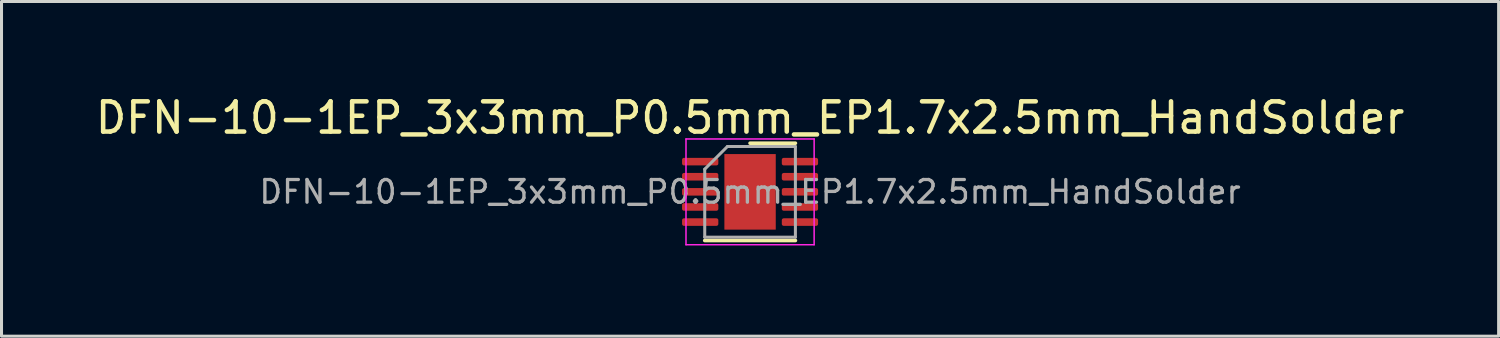
<source format=kicad_pcb>
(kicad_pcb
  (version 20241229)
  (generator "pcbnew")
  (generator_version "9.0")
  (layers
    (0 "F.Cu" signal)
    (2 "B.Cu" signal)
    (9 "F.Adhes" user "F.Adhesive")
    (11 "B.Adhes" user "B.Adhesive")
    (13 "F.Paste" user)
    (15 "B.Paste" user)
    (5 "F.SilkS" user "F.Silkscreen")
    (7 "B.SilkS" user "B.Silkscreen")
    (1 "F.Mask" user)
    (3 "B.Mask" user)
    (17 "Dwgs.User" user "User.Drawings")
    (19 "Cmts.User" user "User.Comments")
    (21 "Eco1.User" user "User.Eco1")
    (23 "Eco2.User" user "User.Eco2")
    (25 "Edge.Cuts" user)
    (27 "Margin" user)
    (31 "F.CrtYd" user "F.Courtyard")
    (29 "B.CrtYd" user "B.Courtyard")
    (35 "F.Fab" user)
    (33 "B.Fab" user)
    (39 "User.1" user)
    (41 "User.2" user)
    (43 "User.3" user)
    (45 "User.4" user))
  (footprint "DFN-10-1EP_3x3mm_P0.5mm_EP1.7x2.5mm_HandSolder"
    (layer "F.Cu")
    (at 21.768 3.298)
    (property "Reference" "DFN-10-1EP_3x3mm_P0.5mm_EP1.7x2.5mm_HandSolder" (at 0 -2.45 0) (layer "F.SilkS") (effects (font (size 1 1) (thickness 0.15))))
    (attr smd)
    (fp_line (start -1.5 1.61) (end 1.5 1.61) (stroke (width 0.12) (type solid)) (layer "F.SilkS"))
    (fp_line (start 0 -1.61) (end 1.5 -1.61) (stroke (width 0.12) (type solid)) (layer "F.SilkS"))
    (fp_line (start -2.12 -1.75) (end -2.12 1.75) (stroke (width 0.05) (type solid)) (layer "F.CrtYd"))
    (fp_line (start -2.12 1.75) (end 2.12 1.75) (stroke (width 0.05) (type solid)) (layer "F.CrtYd"))
    (fp_line (start 2.12 -1.75) (end -2.12 -1.75) (stroke (width 0.05) (type solid)) (layer "F.CrtYd"))
    (fp_line (start 2.12 1.75) (end 2.12 -1.75) (stroke (width 0.05) (type solid)) (layer "F.CrtYd"))
    (fp_line (start -1.5 -0.75) (end -0.75 -1.5) (stroke (width 0.1) (type solid)) (layer "F.Fab"))
    (fp_line (start -1.5 1.5) (end -1.5 -0.75) (stroke (width 0.1) (type solid)) (layer "F.Fab"))
    (fp_line (start -0.75 -1.5) (end 1.5 -1.5) (stroke (width 0.1) (type solid)) (layer "F.Fab"))
    (fp_line (start 1.5 -1.5) (end 1.5 1.5) (stroke (width 0.1) (type solid)) (layer "F.Fab"))
    (fp_line (start 1.5 1.5) (end -1.5 1.5) (stroke (width 0.1) (type solid)) (layer "F.Fab"))
    (fp_text user "${REFERENCE}" (at 0 0 0) (layer "F.Fab") (effects (font (size 0.75 0.75) (thickness 0.11))))
    (pad "" smd roundrect (at -0.425 -0.625) (size 0.69 1.01) (layers "F.Paste") (roundrect_rratio 0.25))
    (pad "" smd roundrect (at -0.425 0.625) (size 0.69 1.01) (layers "F.Paste") (roundrect_rratio 0.25))
    (pad "" smd roundrect (at 0.425 -0.625) (size 0.69 1.01) (layers "F.Paste") (roundrect_rratio 0.25))
    (pad "" smd roundrect (at 0.425 0.625) (size 0.69 1.01) (layers "F.Paste") (roundrect_rratio 0.25))
    (pad "1" smd roundrect (at -1.65 -1) (size 1.2 0.25) (layers "F.Cu" "F.Mask" "F.Paste") (roundrect_rratio 0.25))
    (pad "2" smd roundrect (at -1.65 -0.5) (size 1.2 0.25) (layers "F.Cu" "F.Mask" "F.Paste") (roundrect_rratio 0.25))
    (pad "3" smd roundrect (at -1.65 0) (size 1.2 0.25) (layers "F.Cu" "F.Mask" "F.Paste") (roundrect_rratio 0.25))
    (pad "4" smd roundrect (at -1.65 0.5) (size 1.2 0.25) (layers "F.Cu" "F.Mask" "F.Paste") (roundrect_rratio 0.25))
    (pad "5" smd roundrect (at -1.65 1) (size 1.2 0.25) (layers "F.Cu" "F.Mask" "F.Paste") (roundrect_rratio 0.25))
    (pad "6" smd roundrect (at 1.65 1) (size 1.2 0.25) (layers "F.Cu" "F.Mask" "F.Paste") (roundrect_rratio 0.25))
    (pad "7" smd roundrect (at 1.65 0.5) (size 1.2 0.25) (layers "F.Cu" "F.Mask" "F.Paste") (roundrect_rratio 0.25))
    (pad "8" smd roundrect (at 1.65 0) (size 1.2 0.25) (layers "F.Cu" "F.Mask" "F.Paste") (roundrect_rratio 0.25))
    (pad "9" smd roundrect (at 1.65 -0.5) (size 1.2 0.25) (layers "F.Cu" "F.Mask" "F.Paste") (roundrect_rratio 0.25))
    (pad "10" smd roundrect (at 1.65 -1) (size 1.2 0.25) (layers "F.Cu" "F.Mask" "F.Paste") (roundrect_rratio 0.25))
    (pad "11" smd rect (at 0 0) (size 1.7 2.5) (layers "F.Cu" "F.Mask")))
  (gr_rect
    (start -3 -3)
    (end 46.536 8.073)
    (stroke (width 0.1) (type default))
    (fill no)
    (layer "Edge.Cuts")))
</source>
